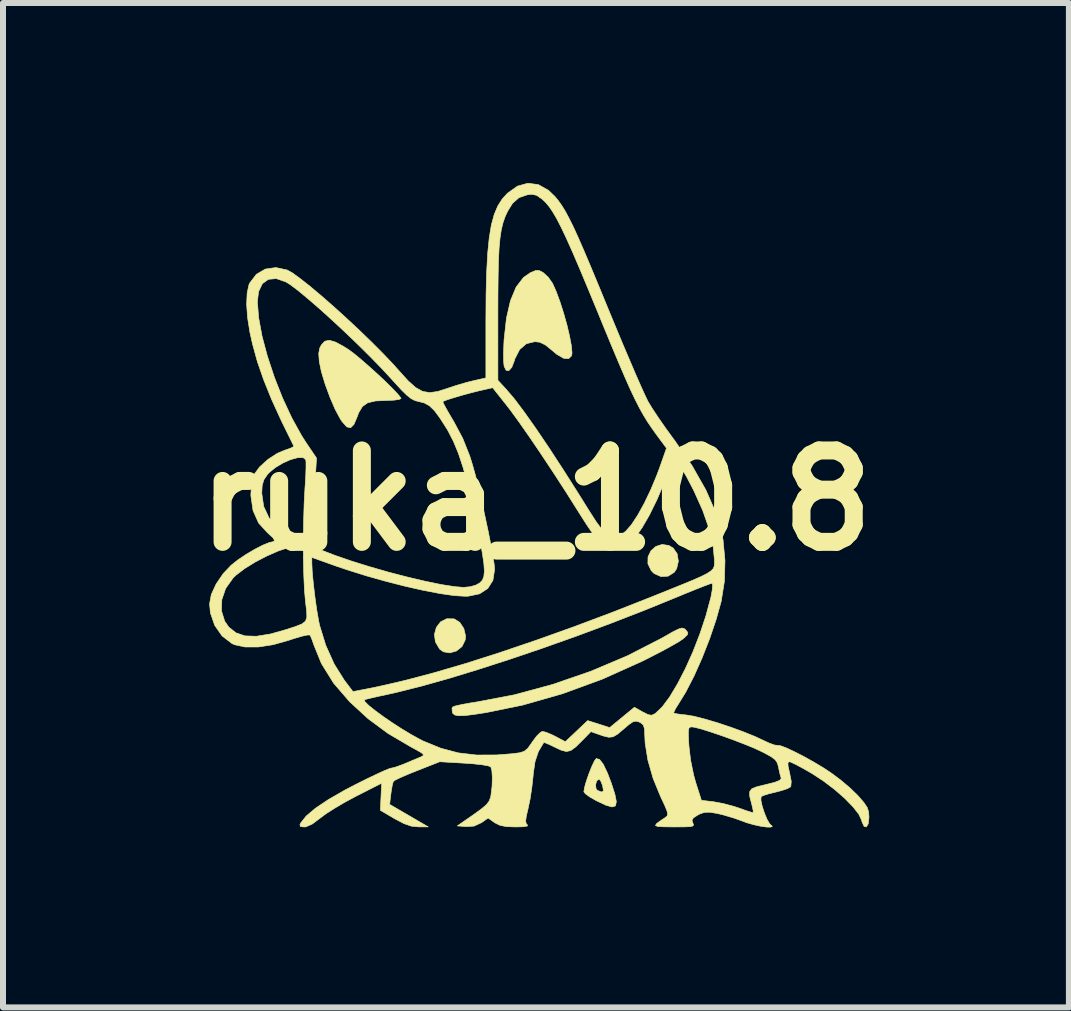
<source format=kicad_pcb>
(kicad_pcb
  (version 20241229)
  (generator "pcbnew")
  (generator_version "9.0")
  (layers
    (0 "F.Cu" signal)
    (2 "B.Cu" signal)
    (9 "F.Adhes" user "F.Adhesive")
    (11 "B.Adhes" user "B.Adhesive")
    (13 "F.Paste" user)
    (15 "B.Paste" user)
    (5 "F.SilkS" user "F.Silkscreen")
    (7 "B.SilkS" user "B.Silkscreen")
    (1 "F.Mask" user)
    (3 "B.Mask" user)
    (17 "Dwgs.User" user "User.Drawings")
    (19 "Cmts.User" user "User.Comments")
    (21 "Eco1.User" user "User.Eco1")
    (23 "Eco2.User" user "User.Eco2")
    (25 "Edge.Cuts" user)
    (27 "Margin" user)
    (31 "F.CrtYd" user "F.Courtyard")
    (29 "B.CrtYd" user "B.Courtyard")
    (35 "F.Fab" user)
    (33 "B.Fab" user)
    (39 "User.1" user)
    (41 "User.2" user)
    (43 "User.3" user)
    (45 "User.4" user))
  (footprint "ruka_10.8"
    (layer "F.Cu")
    (at 5.886 5.295)
    (property "Reference" "ruka_10.8" (at 0 0 0) (layer "F.SilkS") (effects (font (size 1.524 1.524) (thickness 0.3))))
    (attr through_hole)
    (fp_poly (pts (xy -1.364 1.973) (xy -1.271 2.031) (xy -1.203 2.134) (xy -1.174 2.257) (xy -1.18 2.325) (xy -1.233 2.434) (xy -1.325 2.508) (xy -1.436 2.54) (xy -1.543 2.522) (xy -1.606 2.477) (xy -1.677 2.357) (xy -1.693 2.232) (xy -1.661 2.115) (xy -1.591 2.023) (xy -1.488 1.971) (xy -1.364 1.973)) (stroke (width 0.01) (type solid)) (fill yes) (layer "F.SilkS"))
    (fp_poly (pts (xy 2.217 0.75) (xy 2.289 0.794) (xy 2.354 0.888) (xy 2.374 1.012) (xy 2.346 1.134) (xy 2.306 1.196) (xy 2.203 1.261) (xy 2.084 1.268) (xy 1.971 1.218) (xy 1.923 1.171) (xy 1.866 1.054) (xy 1.868 0.939) (xy 1.916 0.839) (xy 1.998 0.766) (xy 2.103 0.732) (xy 2.217 0.75)) (stroke (width 0.01) (type solid)) (fill yes) (layer "F.SilkS"))
    (fp_poly (pts (xy 1.059 4.316) (xy 1.122 4.397) (xy 1.193 4.546) (xy 1.254 4.706) (xy 1.315 4.894) (xy 1.34 5.02) (xy 1.326 5.091) (xy 1.269 5.109) (xy 1.166 5.08) (xy 1.013 5.008) (xy 1.007 5.005) (xy 0.9 4.944) (xy 0.824 4.889) (xy 0.798 4.855) (xy 0.811 4.781) (xy 0.822 4.74) (xy 0.994 4.74) (xy 1.002 4.805) (xy 1.021 4.83) (xy 1.091 4.86) (xy 1.124 4.843) (xy 1.124 4.835) (xy 1.112 4.758) (xy 1.084 4.684) (xy 1.055 4.645) (xy 1.05 4.645) (xy 1.012 4.674) (xy 0.994 4.74) (xy 0.822 4.74) (xy 0.842 4.671) (xy 0.885 4.548) (xy 0.932 4.431) (xy 0.974 4.343) (xy 1.004 4.302) (xy 1.005 4.302) (xy 1.059 4.316)) (stroke (width 0.01) (type solid)) (fill yes) (layer "F.SilkS"))
    (fp_poly (pts (xy -3.348 -2.644) (xy -3.211 -2.571) (xy -3.123 -2.515) (xy -3.035 -2.45) (xy -2.919 -2.354) (xy -2.786 -2.238) (xy -2.647 -2.113) (xy -2.514 -1.988) (xy -2.398 -1.873) (xy -2.308 -1.779) (xy -2.257 -1.717) (xy -2.25 -1.7) (xy -2.283 -1.685) (xy -2.37 -1.673) (xy -2.492 -1.669) (xy -2.495 -1.669) (xy -2.679 -1.66) (xy -2.807 -1.629) (xy -2.894 -1.567) (xy -2.955 -1.466) (xy -2.981 -1.396) (xy -3.035 -1.269) (xy -3.09 -1.213) (xy -3.154 -1.228) (xy -3.231 -1.314) (xy -3.263 -1.362) (xy -3.348 -1.52) (xy -3.435 -1.722) (xy -3.515 -1.94) (xy -3.578 -2.149) (xy -3.613 -2.319) (xy -3.622 -2.452) (xy -3.604 -2.545) (xy -3.576 -2.597) (xy -3.52 -2.656) (xy -3.447 -2.672) (xy -3.348 -2.644)) (stroke (width 0.01) (type solid)) (fill yes) (layer "F.SilkS"))
    (fp_poly (pts (xy 2.471 2.135) (xy 2.499 2.158) (xy 2.532 2.201) (xy 2.523 2.24) (xy 2.464 2.296) (xy 2.449 2.308) (xy 2.381 2.354) (xy 2.261 2.423) (xy 2.102 2.51) (xy 1.916 2.606) (xy 1.76 2.684) (xy 1.108 2.977) (xy 0.442 3.221) (xy -0.223 3.411) (xy -0.835 3.536) (xy -1.044 3.568) (xy -1.193 3.586) (xy -1.292 3.588) (xy -1.353 3.576) (xy -1.386 3.549) (xy -1.394 3.532) (xy -1.4 3.466) (xy -1.389 3.442) (xy -1.343 3.425) (xy -1.241 3.402) (xy -1.1 3.376) (xy -0.979 3.357) (xy -0.36 3.239) (xy 0.278 3.066) (xy 0.913 2.847) (xy 1.526 2.588) (xy 2.095 2.296) (xy 2.151 2.264) (xy 2.288 2.186) (xy 2.378 2.142) (xy 2.434 2.126) (xy 2.471 2.135)) (stroke (width 0.01) (type solid)) (fill yes) (layer "F.SilkS"))
    (fp_poly (pts (xy 0.12 -3.8) (xy 0.124 -3.797) (xy 0.206 -3.721) (xy 0.275 -3.623) (xy 0.276 -3.621) (xy 0.338 -3.483) (xy 0.401 -3.311) (xy 0.462 -3.12) (xy 0.517 -2.924) (xy 0.56 -2.74) (xy 0.59 -2.582) (xy 0.601 -2.465) (xy 0.595 -2.415) (xy 0.544 -2.365) (xy 0.46 -2.372) (xy 0.348 -2.437) (xy 0.268 -2.504) (xy 0.157 -2.594) (xy 0.065 -2.639) (xy -0.019 -2.649) (xy -0.16 -2.615) (xy -0.272 -2.518) (xy -0.351 -2.364) (xy -0.361 -2.33) (xy -0.403 -2.221) (xy -0.452 -2.166) (xy -0.498 -2.171) (xy -0.531 -2.238) (xy -0.539 -2.315) (xy -0.541 -2.442) (xy -0.536 -2.599) (xy -0.532 -2.681) (xy -0.492 -3.041) (xy -0.425 -3.333) (xy -0.33 -3.56) (xy -0.207 -3.72) (xy -0.092 -3.799) (xy -0.005 -3.835) (xy 0.054 -3.835) (xy 0.12 -3.8)) (stroke (width 0.01) (type solid)) (fill yes) (layer "F.SilkS"))
    (fp_poly (pts (xy 0.039 -5.267) (xy 0.207 -5.173) (xy 0.316 -5.069) (xy 0.373 -4.999) (xy 0.429 -4.92) (xy 0.488 -4.825) (xy 0.551 -4.707) (xy 0.624 -4.56) (xy 0.708 -4.376) (xy 0.806 -4.151) (xy 0.922 -3.877) (xy 1.059 -3.547) (xy 1.197 -3.211) (xy 1.323 -2.907) (xy 1.444 -2.616) (xy 1.559 -2.346) (xy 1.661 -2.107) (xy 1.749 -1.907) (xy 1.818 -1.755) (xy 1.864 -1.659) (xy 1.87 -1.648) (xy 1.938 -1.536) (xy 2.038 -1.385) (xy 2.158 -1.212) (xy 2.286 -1.036) (xy 2.317 -0.994) (xy 2.603 -0.58) (xy 2.834 -0.173) (xy 3.005 0.219) (xy 3.048 0.345) (xy 3.119 0.656) (xy 3.151 1.001) (xy 3.141 1.35) (xy 3.089 1.676) (xy 3.089 1.678) (xy 3.005 1.98) (xy 2.896 2.302) (xy 2.77 2.624) (xy 2.634 2.929) (xy 2.495 3.198) (xy 2.378 3.388) (xy 2.325 3.473) (xy 2.298 3.531) (xy 2.298 3.544) (xy 2.34 3.555) (xy 2.431 3.568) (xy 2.503 3.575) (xy 2.635 3.597) (xy 2.814 3.643) (xy 3.025 3.705) (xy 3.247 3.779) (xy 3.463 3.858) (xy 3.656 3.936) (xy 3.771 3.99) (xy 3.887 4.044) (xy 3.979 4.077) (xy 4.027 4.082) (xy 4.028 4.082) (xy 4.077 4.088) (xy 4.175 4.125) (xy 4.308 4.187) (xy 4.464 4.267) (xy 4.629 4.359) (xy 4.791 4.456) (xy 4.927 4.546) (xy 5.078 4.659) (xy 5.232 4.789) (xy 5.359 4.911) (xy 5.372 4.925) (xy 5.467 5.035) (xy 5.522 5.117) (xy 5.546 5.193) (xy 5.552 5.282) (xy 5.539 5.391) (xy 5.508 5.442) (xy 5.47 5.432) (xy 5.436 5.357) (xy 5.429 5.329) (xy 5.383 5.231) (xy 5.286 5.107) (xy 5.149 4.966) (xy 4.982 4.82) (xy 4.797 4.679) (xy 4.605 4.553) (xy 4.591 4.545) (xy 4.452 4.465) (xy 4.334 4.402) (xy 4.252 4.363) (xy 4.224 4.354) (xy 4.201 4.37) (xy 4.203 4.428) (xy 4.228 4.54) (xy 4.229 4.543) (xy 4.256 4.683) (xy 4.249 4.765) (xy 4.244 4.774) (xy 4.191 4.804) (xy 4.091 4.837) (xy 3.99 4.863) (xy 3.872 4.892) (xy 3.786 4.92) (xy 3.753 4.939) (xy 3.75 4.996) (xy 3.771 5.094) (xy 3.808 5.208) (xy 3.852 5.315) (xy 3.895 5.388) (xy 3.912 5.405) (xy 3.942 5.433) (xy 3.914 5.445) (xy 3.844 5.444) (xy 3.745 5.43) (xy 3.631 5.405) (xy 3.515 5.372) (xy 3.459 5.351) (xy 3.301 5.294) (xy 3.132 5.244) (xy 3.025 5.218) (xy 2.899 5.197) (xy 2.813 5.198) (xy 2.736 5.224) (xy 2.7 5.242) (xy 2.623 5.292) (xy 2.601 5.335) (xy 2.615 5.375) (xy 2.627 5.406) (xy 2.616 5.426) (xy 2.569 5.437) (xy 2.474 5.441) (xy 2.32 5.442) (xy 2.296 5.442) (xy 2.129 5.44) (xy 2.029 5.434) (xy 1.992 5.418) (xy 2.012 5.385) (xy 2.085 5.332) (xy 2.155 5.286) (xy 2.185 5.261) (xy 2.196 5.228) (xy 2.184 5.174) (xy 2.147 5.084) (xy 2.081 4.943) (xy 2.076 4.933) (xy 1.953 4.633) (xy 1.866 4.329) (xy 1.82 4.044) (xy 1.814 3.92) (xy 1.812 3.863) (xy 2.54 3.863) (xy 2.543 3.97) (xy 2.55 4.091) (xy 2.578 4.328) (xy 2.628 4.574) (xy 2.664 4.703) (xy 2.758 4.998) (xy 2.966 5.023) (xy 3.122 5.052) (xy 3.295 5.098) (xy 3.393 5.13) (xy 3.506 5.171) (xy 3.589 5.197) (xy 3.622 5.204) (xy 3.621 5.167) (xy 3.603 5.087) (xy 3.595 5.056) (xy 3.564 4.934) (xy 3.562 4.856) (xy 3.598 4.806) (xy 3.685 4.771) (xy 3.831 4.736) (xy 3.979 4.699) (xy 4.062 4.666) (xy 4.089 4.635) (xy 4.087 4.626) (xy 4.068 4.559) (xy 4.046 4.459) (xy 4.044 4.446) (xy 4.025 4.376) (xy 3.989 4.322) (xy 3.921 4.271) (xy 3.807 4.208) (xy 3.765 4.187) (xy 3.638 4.128) (xy 3.474 4.061) (xy 3.289 3.99) (xy 3.098 3.921) (xy 2.918 3.86) (xy 2.762 3.811) (xy 2.647 3.781) (xy 2.598 3.774) (xy 2.565 3.779) (xy 2.547 3.804) (xy 2.54 3.863) (xy 1.812 3.863) (xy 1.81 3.807) (xy 1.789 3.742) (xy 1.745 3.705) (xy 1.726 3.695) (xy 1.67 3.678) (xy 1.617 3.689) (xy 1.547 3.737) (xy 1.467 3.805) (xy 1.362 3.894) (xy 1.286 3.939) (xy 1.214 3.947) (xy 1.122 3.925) (xy 1.061 3.904) (xy 0.916 3.853) (xy 0.775 3.997) (xy 0.664 4.107) (xy 0.581 4.168) (xy 0.506 4.185) (xy 0.42 4.162) (xy 0.324 4.117) (xy 0.222 4.068) (xy 0.152 4.039) (xy 0.13 4.034) (xy 0.04 4.186) (xy -0.016 4.354) (xy -0.046 4.562) (xy -0.048 4.595) (xy -0.068 4.777) (xy -0.097 4.971) (xy -0.131 5.134) (xy -0.162 5.266) (xy -0.172 5.346) (xy -0.162 5.39) (xy -0.141 5.41) (xy -0.144 5.427) (xy -0.215 5.439) (xy -0.339 5.442) (xy -0.494 5.437) (xy -0.601 5.415) (xy -0.684 5.374) (xy -0.693 5.368) (xy -0.798 5.293) (xy -0.907 5.37) (xy -1.032 5.428) (xy -1.164 5.436) (xy -1.312 5.425) (xy -1.042 5.238) (xy -0.911 5.143) (xy -0.828 5.073) (xy -0.781 5.012) (xy -0.756 4.947) (xy -0.75 4.911) (xy -0.732 4.763) (xy -0.728 4.62) (xy -0.735 4.504) (xy -0.753 4.441) (xy -0.799 4.423) (xy -0.903 4.405) (xy -1.051 4.389) (xy -1.193 4.379) (xy -1.605 4.355) (xy -1.981 4.503) (xy -2.135 4.565) (xy -2.262 4.62) (xy -2.348 4.662) (xy -2.378 4.683) (xy -2.394 4.736) (xy -2.411 4.833) (xy -2.419 4.891) (xy -2.44 5.066) (xy -2.118 5.253) (xy -1.796 5.441) (xy -1.959 5.441) (xy -2.078 5.429) (xy -2.202 5.386) (xy -2.356 5.305) (xy -2.359 5.303) (xy -2.594 5.165) (xy -2.573 4.713) (xy -3.006 4.933) (xy -3.185 5.029) (xy -3.356 5.13) (xy -3.501 5.222) (xy -3.6 5.296) (xy -3.603 5.298) (xy -3.729 5.393) (xy -3.834 5.44) (xy -3.862 5.443) (xy -3.928 5.436) (xy -3.935 5.404) (xy -3.921 5.374) (xy -3.831 5.261) (xy -3.676 5.13) (xy -3.458 4.984) (xy -3.181 4.825) (xy -3.008 4.735) (xy -2.826 4.644) (xy -2.663 4.566) (xy -2.533 4.506) (xy -2.447 4.471) (xy -2.42 4.463) (xy -2.358 4.45) (xy -2.258 4.415) (xy -2.191 4.389) (xy -2.07 4.338) (xy -1.963 4.293) (xy -1.924 4.277) (xy -1.884 4.256) (xy -1.877 4.235) (xy -1.912 4.204) (xy -1.999 4.154) (xy -2.088 4.106) (xy -2.467 3.883) (xy -2.801 3.636) (xy -3.103 3.358) (xy -3.134 3.323) (xy -2.862 3.323) (xy -2.85 3.356) (xy -2.787 3.418) (xy -2.682 3.502) (xy -2.549 3.6) (xy -2.396 3.705) (xy -2.235 3.809) (xy -2.077 3.904) (xy -1.933 3.983) (xy -1.88 4.01) (xy -1.586 4.13) (xy -1.297 4.207) (xy -0.992 4.243) (xy -0.655 4.242) (xy -0.401 4.222) (xy -0.275 4.206) (xy -0.197 4.182) (xy -0.139 4.135) (xy -0.077 4.049) (xy -0.06 4.023) (xy 0.011 3.928) (xy 0.075 3.865) (xy 0.109 3.849) (xy 0.171 3.865) (xy 0.269 3.906) (xy 0.327 3.935) (xy 0.49 4.021) (xy 0.676 3.845) (xy 0.862 3.669) (xy 1.046 3.727) (xy 1.229 3.786) (xy 1.641 3.447) (xy 1.778 3.524) (xy 1.87 3.57) (xy 1.928 3.58) (xy 1.982 3.555) (xy 1.991 3.549) (xy 2.105 3.441) (xy 2.23 3.273) (xy 2.36 3.056) (xy 2.491 2.802) (xy 2.617 2.522) (xy 2.732 2.226) (xy 2.832 1.926) (xy 2.911 1.633) (xy 2.918 1.606) (xy 2.939 1.49) (xy 2.945 1.408) (xy 2.936 1.379) (xy 2.893 1.392) (xy 2.795 1.429) (xy 2.653 1.485) (xy 2.48 1.555) (xy 2.336 1.615) (xy 1.797 1.834) (xy 1.241 2.05) (xy 0.679 2.259) (xy 0.119 2.458) (xy -0.429 2.644) (xy -0.955 2.814) (xy -1.449 2.965) (xy -1.901 3.092) (xy -2.302 3.193) (xy -2.478 3.233) (xy -2.632 3.266) (xy -2.758 3.295) (xy -2.839 3.315) (xy -2.862 3.323) (xy -3.134 3.323) (xy -3.373 3.046) (xy -3.577 2.718) (xy -3.701 2.413) (xy -3.735 2.316) (xy -3.763 2.251) (xy -3.769 2.242) (xy -3.812 2.242) (xy -3.906 2.263) (xy -4.035 2.301) (xy -4.119 2.329) (xy -4.384 2.404) (xy -4.632 2.442) (xy -4.85 2.442) (xy -5.025 2.404) (xy -5.067 2.385) (xy -5.233 2.258) (xy -5.356 2.082) (xy -5.428 1.874) (xy -5.431 1.839) (xy -5.244 1.839) (xy -5.19 2.012) (xy -5.122 2.11) (xy -5.002 2.206) (xy -4.851 2.257) (xy -4.661 2.263) (xy -4.426 2.225) (xy -4.171 2.153) (xy -4.008 2.1) (xy -3.902 2.058) (xy -3.843 2.012) (xy -3.82 1.947) (xy -3.823 1.848) (xy -3.841 1.7) (xy -3.843 1.683) (xy -3.86 1.492) (xy -3.871 1.245) (xy -3.878 0.96) (xy -3.878 0.948) (xy -3.737 0.948) (xy -3.737 1.045) (xy -3.73 1.196) (xy -3.711 1.392) (xy -3.685 1.61) (xy -3.655 1.824) (xy -3.623 2.008) (xy -3.606 2.086) (xy -3.505 2.414) (xy -3.365 2.725) (xy -3.198 2.992) (xy -3.194 2.997) (xy -3.052 3.185) (xy -2.805 3.138) (xy -2.662 3.109) (xy -2.478 3.068) (xy -2.279 3.022) (xy -2.159 2.993) (xy -1.691 2.869) (xy -1.169 2.716) (xy -0.602 2.535) (xy -0.001 2.331) (xy 0.626 2.107) (xy 1.268 1.866) (xy 1.909 1.614) (xy 2.205 1.495) (xy 2.44 1.4) (xy 2.622 1.325) (xy 2.758 1.265) (xy 2.854 1.216) (xy 2.916 1.175) (xy 2.953 1.138) (xy 2.971 1.099) (xy 2.976 1.057) (xy 2.976 1.005) (xy 2.975 0.985) (xy 2.952 0.747) (xy 2.886 0.469) (xy 2.78 0.165) (xy 2.638 -0.151) (xy 2.63 -0.168) (xy 2.511 -0.397) (xy 2.415 -0.557) (xy 2.342 -0.65) (xy 2.293 -0.675) (xy 2.27 -0.649) (xy 2.147 -0.319) (xy 2.019 -0.018) (xy 1.891 0.243) (xy 1.77 0.452) (xy 1.7 0.551) (xy 1.579 0.664) (xy 1.436 0.745) (xy 1.334 0.78) (xy 1.263 0.786) (xy 1.189 0.762) (xy 1.147 0.743) (xy 1.087 0.706) (xy 1.022 0.644) (xy 0.946 0.55) (xy 0.851 0.412) (xy 0.729 0.221) (xy 0.719 0.205) (xy 0.509 -0.128) (xy 0.297 -0.455) (xy 0.091 -0.766) (xy -0.102 -1.051) (xy -0.276 -1.3) (xy -0.423 -1.502) (xy -0.501 -1.603) (xy -0.722 -1.881) (xy -0.951 -1.829) (xy -1.083 -1.796) (xy -1.227 -1.757) (xy -1.365 -1.716) (xy -1.477 -1.681) (xy -1.544 -1.655) (xy -1.554 -1.65) (xy -1.541 -1.616) (xy -1.498 -1.535) (xy -1.431 -1.418) (xy -1.369 -1.314) (xy -1.221 -1.036) (xy -1.104 -0.742) (xy -1.057 -0.591) (xy -1.009 -0.418) (xy -0.957 -0.208) (xy -0.902 0.025) (xy -0.849 0.268) (xy -0.798 0.506) (xy -0.754 0.727) (xy -0.72 0.917) (xy -0.697 1.064) (xy -0.69 1.15) (xy -0.718 1.331) (xy -0.804 1.467) (xy -0.942 1.556) (xy -1.131 1.595) (xy -1.184 1.596) (xy -1.364 1.585) (xy -1.599 1.551) (xy -1.876 1.498) (xy -2.181 1.429) (xy -2.502 1.347) (xy -2.826 1.256) (xy -3.139 1.158) (xy -3.332 1.093) (xy -3.737 0.948) (xy -3.878 0.948) (xy -3.879 0.653) (xy -3.874 0.34) (xy -3.865 0.04) (xy -3.85 -0.232) (xy -3.849 -0.236) (xy -3.839 -0.402) (xy -3.834 -0.544) (xy -3.834 -0.644) (xy -3.839 -0.683) (xy -3.885 -0.717) (xy -3.975 -0.714) (xy -4.092 -0.682) (xy -4.22 -0.625) (xy -4.345 -0.55) (xy -4.45 -0.464) (xy -4.477 -0.434) (xy -4.537 -0.346) (xy -4.565 -0.25) (xy -4.572 -0.123) (xy -4.54 0.099) (xy -4.45 0.29) (xy -4.31 0.441) (xy -4.128 0.541) (xy -4.036 0.566) (xy -3.952 0.595) (xy -3.921 0.647) (xy -3.919 0.676) (xy -3.938 0.745) (xy -3.989 0.762) (xy -4.122 0.783) (xy -4.294 0.84) (xy -4.486 0.924) (xy -4.68 1.025) (xy -4.858 1.135) (xy -5.002 1.245) (xy -5.051 1.293) (xy -5.174 1.466) (xy -5.238 1.653) (xy -5.244 1.839) (xy -5.431 1.839) (xy -5.442 1.724) (xy -5.413 1.567) (xy -5.333 1.393) (xy -5.214 1.218) (xy -5.082 1.079) (xy -4.971 0.991) (xy -4.834 0.899) (xy -4.688 0.813) (xy -4.552 0.743) (xy -4.443 0.699) (xy -4.394 0.689) (xy -4.356 0.673) (xy -4.382 0.623) (xy -4.471 0.542) (xy -4.477 0.537) (xy -4.625 0.374) (xy -4.717 0.167) (xy -4.753 -0.078) (xy -4.753 -0.104) (xy -4.744 -0.251) (xy -4.721 -0.378) (xy -4.7 -0.434) (xy -4.607 -0.56) (xy -4.469 -0.685) (xy -4.312 -0.787) (xy -4.188 -0.839) (xy -4.095 -0.871) (xy -4.042 -0.898) (xy -4.037 -0.906) (xy -4.24 -1.319) (xy -4.407 -1.684) (xy -4.54 -2.013) (xy -4.646 -2.319) (xy -4.727 -2.614) (xy -4.769 -2.802) (xy -4.808 -3.047) (xy -4.824 -3.273) (xy -4.822 -3.314) (xy -4.645 -3.314) (xy -4.624 -3.048) (xy -4.567 -2.739) (xy -4.477 -2.403) (xy -4.361 -2.053) (xy -4.224 -1.706) (xy -4.071 -1.377) (xy -3.907 -1.081) (xy -3.831 -0.962) (xy -3.659 -0.708) (xy -3.698 -0.054) (xy -3.714 0.208) (xy -3.726 0.407) (xy -3.732 0.553) (xy -3.732 0.654) (xy -3.724 0.72) (xy -3.707 0.76) (xy -3.681 0.784) (xy -3.644 0.801) (xy -3.601 0.818) (xy -3.358 0.912) (xy -3.077 1.009) (xy -2.772 1.104) (xy -2.456 1.195) (xy -2.143 1.276) (xy -1.846 1.346) (xy -1.579 1.401) (xy -1.355 1.436) (xy -1.208 1.448) (xy -1.094 1.437) (xy -1.002 1.41) (xy -0.94 1.376) (xy -0.895 1.331) (xy -0.869 1.268) (xy -0.86 1.177) (xy -0.869 1.048) (xy -0.895 0.873) (xy -0.938 0.643) (xy -0.976 0.449) (xy -1.06 0.054) (xy -1.14 -0.278) (xy -1.217 -0.556) (xy -1.294 -0.789) (xy -1.376 -0.986) (xy -1.463 -1.156) (xy -1.486 -1.195) (xy -1.6 -1.374) (xy -1.693 -1.499) (xy -1.777 -1.58) (xy -1.862 -1.627) (xy -1.949 -1.649) (xy -2.016 -1.666) (xy -2.08 -1.698) (xy -2.152 -1.755) (xy -2.244 -1.845) (xy -2.368 -1.98) (xy -2.414 -2.031) (xy -2.576 -2.206) (xy -2.765 -2.4) (xy -2.971 -2.604) (xy -3.187 -2.811) (xy -3.403 -3.012) (xy -3.611 -3.2) (xy -3.802 -3.365) (xy -3.967 -3.502) (xy -4.097 -3.6) (xy -4.17 -3.645) (xy -4.329 -3.7) (xy -4.462 -3.688) (xy -4.562 -3.615) (xy -4.625 -3.484) (xy -4.645 -3.314) (xy -4.822 -3.314) (xy -4.815 -3.464) (xy -4.783 -3.605) (xy -4.772 -3.627) (xy -4.661 -3.772) (xy -4.512 -3.859) (xy -4.337 -3.884) (xy -4.15 -3.844) (xy -4.062 -3.796) (xy -3.933 -3.702) (xy -3.769 -3.573) (xy -3.58 -3.414) (xy -3.373 -3.233) (xy -3.158 -3.038) (xy -2.942 -2.836) (xy -2.735 -2.636) (xy -2.544 -2.444) (xy -2.377 -2.268) (xy -2.286 -2.166) (xy -2.133 -1.997) (xy -2.005 -1.883) (xy -1.89 -1.819) (xy -1.772 -1.799) (xy -1.637 -1.818) (xy -1.487 -1.866) (xy -1.325 -1.92) (xy -1.153 -1.97) (xy -1.043 -1.997) (xy -0.835 -2.044) (xy -0.835 -3.009) (xy -0.834 -3.135) (xy -0.635 -3.135) (xy -0.635 -2.005) (xy -0.489 -1.846) (xy -0.358 -1.692) (xy -0.196 -1.477) (xy -0.004 -1.205) (xy 0.216 -0.88) (xy 0.461 -0.504) (xy 0.729 -0.082) (xy 0.87 0.145) (xy 1 0.348) (xy 1.106 0.492) (xy 1.195 0.579) (xy 1.275 0.616) (xy 1.354 0.607) (xy 1.441 0.556) (xy 1.501 0.507) (xy 1.591 0.404) (xy 1.695 0.246) (xy 1.805 0.047) (xy 1.914 -0.18) (xy 2.014 -0.42) (xy 2.064 -0.554) (xy 2.176 -0.873) (xy 2.01 -1.097) (xy 1.932 -1.206) (xy 1.86 -1.312) (xy 1.792 -1.423) (xy 1.724 -1.545) (xy 1.652 -1.687) (xy 1.572 -1.855) (xy 1.482 -2.058) (xy 1.377 -2.303) (xy 1.254 -2.596) (xy 1.109 -2.947) (xy 1.038 -3.121) (xy 0.874 -3.518) (xy 0.734 -3.853) (xy 0.614 -4.133) (xy 0.511 -4.363) (xy 0.423 -4.549) (xy 0.347 -4.697) (xy 0.279 -4.813) (xy 0.218 -4.902) (xy 0.159 -4.972) (xy 0.101 -5.026) (xy 0.011 -5.089) (xy -0.072 -5.106) (xy -0.142 -5.098) (xy -0.283 -5.05) (xy -0.391 -4.955) (xy -0.471 -4.826) (xy -0.515 -4.732) (xy -0.55 -4.631) (xy -0.578 -4.516) (xy -0.599 -4.378) (xy -0.615 -4.208) (xy -0.625 -3.998) (xy -0.631 -3.74) (xy -0.634 -3.424) (xy -0.635 -3.135) (xy -0.834 -3.135) (xy -0.832 -3.444) (xy -0.822 -3.813) (xy -0.805 -4.124) (xy -0.779 -4.381) (xy -0.744 -4.594) (xy -0.697 -4.767) (xy -0.638 -4.908) (xy -0.565 -5.024) (xy -0.478 -5.121) (xy -0.477 -5.122) (xy -0.308 -5.242) (xy -0.134 -5.29) (xy 0.039 -5.267)) (stroke (width 0.01) (type solid)) (fill yes) (layer "F.SilkS")))
  (gr_rect
    (start -3 -3)
    (end 14.771 13.746)
    (stroke (width 0.1) (type default))
    (fill no)
    (layer "Edge.Cuts")))
</source>
